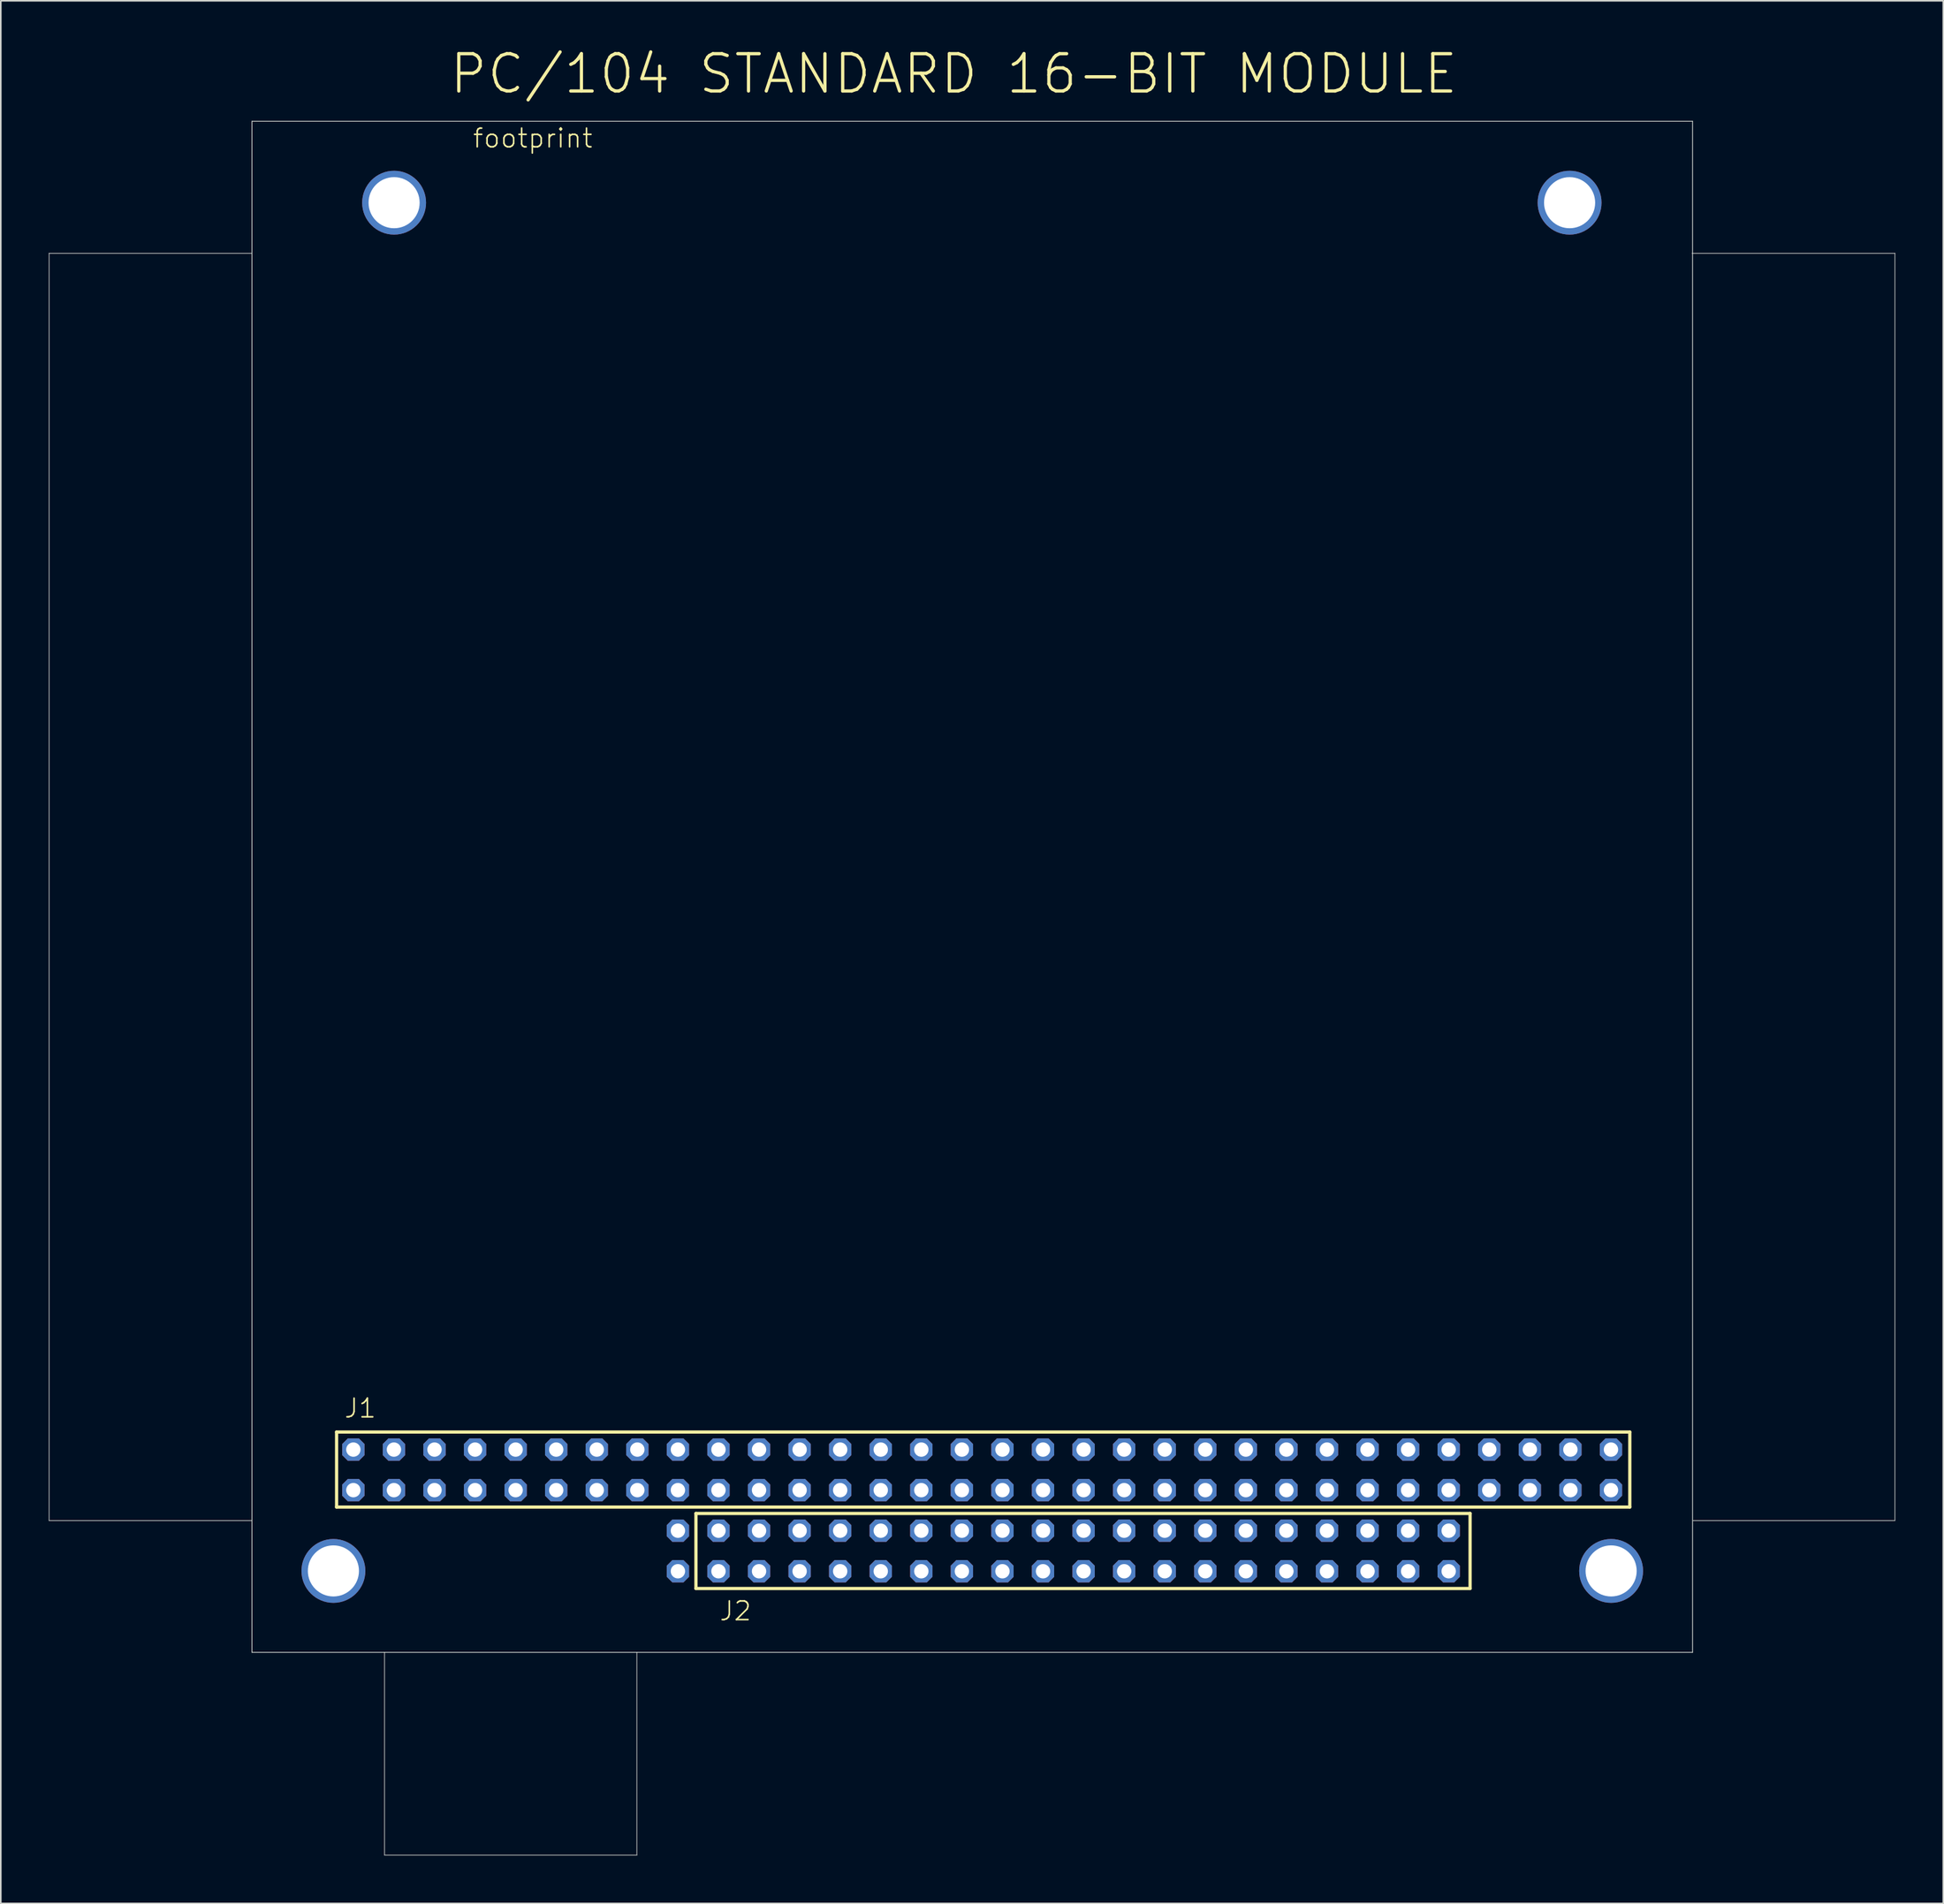
<source format=kicad_pcb>
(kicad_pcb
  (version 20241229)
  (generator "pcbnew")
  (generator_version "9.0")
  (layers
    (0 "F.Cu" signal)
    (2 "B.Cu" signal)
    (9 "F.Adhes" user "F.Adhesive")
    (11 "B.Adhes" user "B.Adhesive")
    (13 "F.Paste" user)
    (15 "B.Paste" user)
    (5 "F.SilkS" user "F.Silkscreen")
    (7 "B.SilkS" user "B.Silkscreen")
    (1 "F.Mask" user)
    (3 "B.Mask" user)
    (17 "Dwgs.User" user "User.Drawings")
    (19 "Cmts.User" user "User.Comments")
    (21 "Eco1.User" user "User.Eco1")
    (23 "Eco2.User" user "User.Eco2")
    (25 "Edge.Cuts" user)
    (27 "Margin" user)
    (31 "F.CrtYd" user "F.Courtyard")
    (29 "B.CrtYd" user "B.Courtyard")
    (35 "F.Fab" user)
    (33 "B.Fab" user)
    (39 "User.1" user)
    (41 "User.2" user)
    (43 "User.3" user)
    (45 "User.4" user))
  (footprint "footprint"
    (layer "F.Cu")
    (at 12.725 100.446)
    (property "Reference" "footprint" (at 13.76 -94.155 0) (layer "F.SilkS") (effects (font (size 1.168 1.168) (thickness 0.102)) (justify left bottom)))
    (fp_line (start 5.3 -13.8) (end 86.27 -13.8) (stroke (width 0.203) (type solid)) (layer "F.SilkS"))
    (fp_line (start 5.3 -9.1) (end 5.3 -13.8) (stroke (width 0.203) (type solid)) (layer "F.SilkS"))
    (fp_line (start 27.8 -8.7) (end 76.27 -8.7) (stroke (width 0.203) (type solid)) (layer "F.SilkS"))
    (fp_line (start 27.8 -4) (end 27.8 -8.7) (stroke (width 0.203) (type solid)) (layer "F.SilkS"))
    (fp_line (start 76.27 -8.7) (end 76.27 -4) (stroke (width 0.203) (type solid)) (layer "F.SilkS"))
    (fp_line (start 76.27 -4) (end 27.8 -4) (stroke (width 0.203) (type solid)) (layer "F.SilkS"))
    (fp_line (start 86.27 -13.8) (end 86.27 -9.1) (stroke (width 0.203) (type solid)) (layer "F.SilkS"))
    (fp_line (start 86.27 -9.1) (end 5.3 -9.1) (stroke (width 0.203) (type solid)) (layer "F.SilkS"))
    (fp_line (start 0 -95.9) (end 0 0) (stroke (width 0.05) (type solid)) (layer "Edge.Cuts"))
    (fp_line (start 0 0) (end 90.2 0) (stroke (width 0.05) (type solid)) (layer "Edge.Cuts"))
    (fp_line (start 90.2 -95.9) (end 0 -95.9) (stroke (width 0.05) (type solid)) (layer "Edge.Cuts"))
    (fp_line (start 90.2 0) (end 90.2 -95.9) (stroke (width 0.05) (type solid)) (layer "Edge.Cuts"))
    (fp_line (start -12.7 -87.63) (end -12.7 -8.255) (stroke (width 0.051) (type solid)) (layer "F.Fab"))
    (fp_line (start -12.7 -8.255) (end 0 -8.255) (stroke (width 0.051) (type solid)) (layer "F.Fab"))
    (fp_line (start 0 -87.63) (end -12.7 -87.63) (stroke (width 0.051) (type solid)) (layer "F.Fab"))
    (fp_line (start 8.3 0) (end 8.3 12.7) (stroke (width 0.051) (type solid)) (layer "F.Fab"))
    (fp_line (start 8.3 12.7) (end 24.1 12.7) (stroke (width 0.051) (type solid)) (layer "F.Fab"))
    (fp_line (start 24.1 12.7) (end 24.1 0) (stroke (width 0.051) (type solid)) (layer "F.Fab"))
    (fp_line (start 90.221 -8.255) (end 102.87 -8.255) (stroke (width 0.051) (type solid)) (layer "F.Fab"))
    (fp_line (start 102.87 -87.63) (end 90.17 -87.63) (stroke (width 0.051) (type solid)) (layer "F.Fab"))
    (fp_line (start 102.87 -8.255) (end 102.87 -87.63) (stroke (width 0.051) (type solid)) (layer "F.Fab"))
    (fp_text user "J2" (at 29.21 -1.905 0) (layer "F.SilkS") (effects (font (size 1.168 1.168) (thickness 0.102)) (justify left bottom)))
    (fp_text user "PC/104 STANDARD 16-BIT MODULE" (at 12.26 -97.5 0) (layer "F.SilkS") (effects (font (size 2.337 2.337) (thickness 0.203)) (justify left bottom)))
    (fp_text user "J1" (at 5.715 -14.605 0) (layer "F.SilkS") (effects (font (size 1.168 1.168) (thickness 0.102)) (justify left bottom)))
    (pad "A1" thru_hole roundrect (at 6.35 -10.16) (size 1.397 1.397) (drill 0.9) (layers "*.Cu" "*.Mask") (roundrect_rratio 0.25) (chamfer_ratio 0.25) (chamfer top_left top_right bottom_left bottom_right))
    (pad "A2" thru_hole roundrect (at 8.89 -10.16) (size 1.397 1.397) (drill 0.9) (layers "*.Cu" "*.Mask") (roundrect_rratio 0.25) (chamfer_ratio 0.25) (chamfer top_left top_right bottom_left bottom_right))
    (pad "A3" thru_hole roundrect (at 11.43 -10.16) (size 1.397 1.397) (drill 0.9) (layers "*.Cu" "*.Mask") (roundrect_rratio 0.25) (chamfer_ratio 0.25) (chamfer top_left top_right bottom_left bottom_right))
    (pad "A4" thru_hole roundrect (at 13.97 -10.16) (size 1.397 1.397) (drill 0.9) (layers "*.Cu" "*.Mask") (roundrect_rratio 0.25) (chamfer_ratio 0.25) (chamfer top_left top_right bottom_left bottom_right))
    (pad "A5" thru_hole roundrect (at 16.51 -10.16) (size 1.397 1.397) (drill 0.9) (layers "*.Cu" "*.Mask") (roundrect_rratio 0.25) (chamfer_ratio 0.25) (chamfer top_left top_right bottom_left bottom_right))
    (pad "A6" thru_hole roundrect (at 19.05 -10.16) (size 1.397 1.397) (drill 0.9) (layers "*.Cu" "*.Mask") (roundrect_rratio 0.25) (chamfer_ratio 0.25) (chamfer top_left top_right bottom_left bottom_right))
    (pad "A7" thru_hole roundrect (at 21.59 -10.16) (size 1.397 1.397) (drill 0.9) (layers "*.Cu" "*.Mask") (roundrect_rratio 0.25) (chamfer_ratio 0.25) (chamfer top_left top_right bottom_left bottom_right))
    (pad "A8" thru_hole roundrect (at 24.13 -10.16) (size 1.397 1.397) (drill 0.9) (layers "*.Cu" "*.Mask") (roundrect_rratio 0.25) (chamfer_ratio 0.25) (chamfer top_left top_right bottom_left bottom_right))
    (pad "A9" thru_hole roundrect (at 26.67 -10.16) (size 1.397 1.397) (drill 0.9) (layers "*.Cu" "*.Mask") (roundrect_rratio 0.25) (chamfer_ratio 0.25) (chamfer top_left top_right bottom_left bottom_right))
    (pad "A10" thru_hole roundrect (at 29.21 -10.16) (size 1.397 1.397) (drill 0.9) (layers "*.Cu" "*.Mask") (roundrect_rratio 0.25) (chamfer_ratio 0.25) (chamfer top_left top_right bottom_left bottom_right))
    (pad "A11" thru_hole roundrect (at 31.75 -10.16) (size 1.397 1.397) (drill 0.9) (layers "*.Cu" "*.Mask") (roundrect_rratio 0.25) (chamfer_ratio 0.25) (chamfer top_left top_right bottom_left bottom_right))
    (pad "A12" thru_hole roundrect (at 34.29 -10.16) (size 1.397 1.397) (drill 0.9) (layers "*.Cu" "*.Mask") (roundrect_rratio 0.25) (chamfer_ratio 0.25) (chamfer top_left top_right bottom_left bottom_right))
    (pad "A13" thru_hole roundrect (at 36.83 -10.16) (size 1.397 1.397) (drill 0.9) (layers "*.Cu" "*.Mask") (roundrect_rratio 0.25) (chamfer_ratio 0.25) (chamfer top_left top_right bottom_left bottom_right))
    (pad "A14" thru_hole roundrect (at 39.37 -10.16) (size 1.397 1.397) (drill 0.9) (layers "*.Cu" "*.Mask") (roundrect_rratio 0.25) (chamfer_ratio 0.25) (chamfer top_left top_right bottom_left bottom_right))
    (pad "A15" thru_hole roundrect (at 41.91 -10.16) (size 1.397 1.397) (drill 0.9) (layers "*.Cu" "*.Mask") (roundrect_rratio 0.25) (chamfer_ratio 0.25) (chamfer top_left top_right bottom_left bottom_right))
    (pad "A16" thru_hole roundrect (at 44.45 -10.16) (size 1.397 1.397) (drill 0.9) (layers "*.Cu" "*.Mask") (roundrect_rratio 0.25) (chamfer_ratio 0.25) (chamfer top_left top_right bottom_left bottom_right))
    (pad "A17" thru_hole roundrect (at 46.99 -10.16) (size 1.397 1.397) (drill 0.9) (layers "*.Cu" "*.Mask") (roundrect_rratio 0.25) (chamfer_ratio 0.25) (chamfer top_left top_right bottom_left bottom_right))
    (pad "A18" thru_hole roundrect (at 49.53 -10.16) (size 1.397 1.397) (drill 0.9) (layers "*.Cu" "*.Mask") (roundrect_rratio 0.25) (chamfer_ratio 0.25) (chamfer top_left top_right bottom_left bottom_right))
    (pad "A19" thru_hole roundrect (at 52.07 -10.16) (size 1.397 1.397) (drill 0.9) (layers "*.Cu" "*.Mask") (roundrect_rratio 0.25) (chamfer_ratio 0.25) (chamfer top_left top_right bottom_left bottom_right))
    (pad "A20" thru_hole roundrect (at 54.61 -10.16) (size 1.397 1.397) (drill 0.9) (layers "*.Cu" "*.Mask") (roundrect_rratio 0.25) (chamfer_ratio 0.25) (chamfer top_left top_right bottom_left bottom_right))
    (pad "A21" thru_hole roundrect (at 57.15 -10.16) (size 1.397 1.397) (drill 0.9) (layers "*.Cu" "*.Mask") (roundrect_rratio 0.25) (chamfer_ratio 0.25) (chamfer top_left top_right bottom_left bottom_right))
    (pad "A22" thru_hole roundrect (at 59.69 -10.16) (size 1.397 1.397) (drill 0.9) (layers "*.Cu" "*.Mask") (roundrect_rratio 0.25) (chamfer_ratio 0.25) (chamfer top_left top_right bottom_left bottom_right))
    (pad "A23" thru_hole roundrect (at 62.23 -10.16) (size 1.397 1.397) (drill 0.9) (layers "*.Cu" "*.Mask") (roundrect_rratio 0.25) (chamfer_ratio 0.25) (chamfer top_left top_right bottom_left bottom_right))
    (pad "A24" thru_hole roundrect (at 64.77 -10.16) (size 1.397 1.397) (drill 0.9) (layers "*.Cu" "*.Mask") (roundrect_rratio 0.25) (chamfer_ratio 0.25) (chamfer top_left top_right bottom_left bottom_right))
    (pad "A25" thru_hole roundrect (at 67.31 -10.16) (size 1.397 1.397) (drill 0.9) (layers "*.Cu" "*.Mask") (roundrect_rratio 0.25) (chamfer_ratio 0.25) (chamfer top_left top_right bottom_left bottom_right))
    (pad "A26" thru_hole roundrect (at 69.85 -10.16) (size 1.397 1.397) (drill 0.9) (layers "*.Cu" "*.Mask") (roundrect_rratio 0.25) (chamfer_ratio 0.25) (chamfer top_left top_right bottom_left bottom_right))
    (pad "A27" thru_hole roundrect (at 72.39 -10.16) (size 1.397 1.397) (drill 0.9) (layers "*.Cu" "*.Mask") (roundrect_rratio 0.25) (chamfer_ratio 0.25) (chamfer top_left top_right bottom_left bottom_right))
    (pad "A28" thru_hole roundrect (at 74.93 -10.16) (size 1.397 1.397) (drill 0.9) (layers "*.Cu" "*.Mask") (roundrect_rratio 0.25) (chamfer_ratio 0.25) (chamfer top_left top_right bottom_left bottom_right))
    (pad "A29" thru_hole roundrect (at 77.47 -10.16) (size 1.397 1.397) (drill 0.9) (layers "*.Cu" "*.Mask") (roundrect_rratio 0.25) (chamfer_ratio 0.25) (chamfer top_left top_right bottom_left bottom_right))
    (pad "A30" thru_hole roundrect (at 80.01 -10.16) (size 1.397 1.397) (drill 0.9) (layers "*.Cu" "*.Mask") (roundrect_rratio 0.25) (chamfer_ratio 0.25) (chamfer top_left top_right bottom_left bottom_right))
    (pad "A31" thru_hole roundrect (at 82.55 -10.16) (size 1.397 1.397) (drill 0.9) (layers "*.Cu" "*.Mask") (roundrect_rratio 0.25) (chamfer_ratio 0.25) (chamfer top_left top_right bottom_left bottom_right))
    (pad "A32" thru_hole roundrect (at 85.09 -10.16) (size 1.397 1.397) (drill 0.9) (layers "*.Cu" "*.Mask") (roundrect_rratio 0.25) (chamfer_ratio 0.25) (chamfer top_left top_right bottom_left bottom_right))
    (pad "B1" thru_hole roundrect (at 6.35 -12.7) (size 1.397 1.397) (drill 0.9) (layers "*.Cu" "*.Mask") (roundrect_rratio 0.25) (chamfer_ratio 0.25) (chamfer top_left top_right bottom_left bottom_right))
    (pad "B2" thru_hole roundrect (at 8.89 -12.7) (size 1.397 1.397) (drill 0.9) (layers "*.Cu" "*.Mask") (roundrect_rratio 0.25) (chamfer_ratio 0.25) (chamfer top_left top_right bottom_left bottom_right))
    (pad "B3" thru_hole roundrect (at 11.43 -12.7) (size 1.397 1.397) (drill 0.9) (layers "*.Cu" "*.Mask") (roundrect_rratio 0.25) (chamfer_ratio 0.25) (chamfer top_left top_right bottom_left bottom_right))
    (pad "B4" thru_hole roundrect (at 13.97 -12.7) (size 1.397 1.397) (drill 0.9) (layers "*.Cu" "*.Mask") (roundrect_rratio 0.25) (chamfer_ratio 0.25) (chamfer top_left top_right bottom_left bottom_right))
    (pad "B5" thru_hole roundrect (at 16.51 -12.7) (size 1.397 1.397) (drill 0.9) (layers "*.Cu" "*.Mask") (roundrect_rratio 0.25) (chamfer_ratio 0.25) (chamfer top_left top_right bottom_left bottom_right))
    (pad "B6" thru_hole roundrect (at 19.05 -12.7) (size 1.397 1.397) (drill 0.9) (layers "*.Cu" "*.Mask") (roundrect_rratio 0.25) (chamfer_ratio 0.25) (chamfer top_left top_right bottom_left bottom_right))
    (pad "B7" thru_hole roundrect (at 21.59 -12.7) (size 1.397 1.397) (drill 0.9) (layers "*.Cu" "*.Mask") (roundrect_rratio 0.25) (chamfer_ratio 0.25) (chamfer top_left top_right bottom_left bottom_right))
    (pad "B8" thru_hole roundrect (at 24.13 -12.7) (size 1.397 1.397) (drill 0.9) (layers "*.Cu" "*.Mask") (roundrect_rratio 0.25) (chamfer_ratio 0.25) (chamfer top_left top_right bottom_left bottom_right))
    (pad "B9" thru_hole roundrect (at 26.67 -12.7) (size 1.397 1.397) (drill 0.9) (layers "*.Cu" "*.Mask") (roundrect_rratio 0.25) (chamfer_ratio 0.25) (chamfer top_left top_right bottom_left bottom_right))
    (pad "B10" thru_hole roundrect (at 29.21 -12.7) (size 1.397 1.397) (drill 0.9) (layers "*.Cu" "*.Mask") (roundrect_rratio 0.25) (chamfer_ratio 0.25) (chamfer top_left top_right bottom_left bottom_right))
    (pad "B11" thru_hole roundrect (at 31.75 -12.7) (size 1.397 1.397) (drill 0.9) (layers "*.Cu" "*.Mask") (roundrect_rratio 0.25) (chamfer_ratio 0.25) (chamfer top_left top_right bottom_left bottom_right))
    (pad "B12" thru_hole roundrect (at 34.29 -12.7) (size 1.397 1.397) (drill 0.9) (layers "*.Cu" "*.Mask") (roundrect_rratio 0.25) (chamfer_ratio 0.25) (chamfer top_left top_right bottom_left bottom_right))
    (pad "B13" thru_hole roundrect (at 36.83 -12.7) (size 1.397 1.397) (drill 0.9) (layers "*.Cu" "*.Mask") (roundrect_rratio 0.25) (chamfer_ratio 0.25) (chamfer top_left top_right bottom_left bottom_right))
    (pad "B14" thru_hole roundrect (at 39.37 -12.7) (size 1.397 1.397) (drill 0.9) (layers "*.Cu" "*.Mask") (roundrect_rratio 0.25) (chamfer_ratio 0.25) (chamfer top_left top_right bottom_left bottom_right))
    (pad "B15" thru_hole roundrect (at 41.91 -12.7) (size 1.397 1.397) (drill 0.9) (layers "*.Cu" "*.Mask") (roundrect_rratio 0.25) (chamfer_ratio 0.25) (chamfer top_left top_right bottom_left bottom_right))
    (pad "B16" thru_hole roundrect (at 44.45 -12.7) (size 1.397 1.397) (drill 0.9) (layers "*.Cu" "*.Mask") (roundrect_rratio 0.25) (chamfer_ratio 0.25) (chamfer top_left top_right bottom_left bottom_right))
    (pad "B17" thru_hole roundrect (at 46.99 -12.7) (size 1.397 1.397) (drill 0.9) (layers "*.Cu" "*.Mask") (roundrect_rratio 0.25) (chamfer_ratio 0.25) (chamfer top_left top_right bottom_left bottom_right))
    (pad "B18" thru_hole roundrect (at 49.53 -12.7) (size 1.397 1.397) (drill 0.9) (layers "*.Cu" "*.Mask") (roundrect_rratio 0.25) (chamfer_ratio 0.25) (chamfer top_left top_right bottom_left bottom_right))
    (pad "B19" thru_hole roundrect (at 52.07 -12.7) (size 1.397 1.397) (drill 0.9) (layers "*.Cu" "*.Mask") (roundrect_rratio 0.25) (chamfer_ratio 0.25) (chamfer top_left top_right bottom_left bottom_right))
    (pad "B20" thru_hole roundrect (at 54.61 -12.7) (size 1.397 1.397) (drill 0.9) (layers "*.Cu" "*.Mask") (roundrect_rratio 0.25) (chamfer_ratio 0.25) (chamfer top_left top_right bottom_left bottom_right))
    (pad "B21" thru_hole roundrect (at 57.15 -12.7) (size 1.397 1.397) (drill 0.9) (layers "*.Cu" "*.Mask") (roundrect_rratio 0.25) (chamfer_ratio 0.25) (chamfer top_left top_right bottom_left bottom_right))
    (pad "B22" thru_hole roundrect (at 59.69 -12.7) (size 1.397 1.397) (drill 0.9) (layers "*.Cu" "*.Mask") (roundrect_rratio 0.25) (chamfer_ratio 0.25) (chamfer top_left top_right bottom_left bottom_right))
    (pad "B23" thru_hole roundrect (at 62.23 -12.7) (size 1.397 1.397) (drill 0.9) (layers "*.Cu" "*.Mask") (roundrect_rratio 0.25) (chamfer_ratio 0.25) (chamfer top_left top_right bottom_left bottom_right))
    (pad "B24" thru_hole roundrect (at 64.77 -12.7) (size 1.397 1.397) (drill 0.9) (layers "*.Cu" "*.Mask") (roundrect_rratio 0.25) (chamfer_ratio 0.25) (chamfer top_left top_right bottom_left bottom_right))
    (pad "B25" thru_hole roundrect (at 67.31 -12.7) (size 1.397 1.397) (drill 0.9) (layers "*.Cu" "*.Mask") (roundrect_rratio 0.25) (chamfer_ratio 0.25) (chamfer top_left top_right bottom_left bottom_right))
    (pad "B26" thru_hole roundrect (at 69.85 -12.7) (size 1.397 1.397) (drill 0.9) (layers "*.Cu" "*.Mask") (roundrect_rratio 0.25) (chamfer_ratio 0.25) (chamfer top_left top_right bottom_left bottom_right))
    (pad "B27" thru_hole roundrect (at 72.39 -12.7) (size 1.397 1.397) (drill 0.9) (layers "*.Cu" "*.Mask") (roundrect_rratio 0.25) (chamfer_ratio 0.25) (chamfer top_left top_right bottom_left bottom_right))
    (pad "B28" thru_hole roundrect (at 74.93 -12.7) (size 1.397 1.397) (drill 0.9) (layers "*.Cu" "*.Mask") (roundrect_rratio 0.25) (chamfer_ratio 0.25) (chamfer top_left top_right bottom_left bottom_right))
    (pad "B29" thru_hole roundrect (at 77.47 -12.7) (size 1.397 1.397) (drill 0.9) (layers "*.Cu" "*.Mask") (roundrect_rratio 0.25) (chamfer_ratio 0.25) (chamfer top_left top_right bottom_left bottom_right))
    (pad "B30" thru_hole roundrect (at 80.01 -12.7) (size 1.397 1.397) (drill 0.9) (layers "*.Cu" "*.Mask") (roundrect_rratio 0.25) (chamfer_ratio 0.25) (chamfer top_left top_right bottom_left bottom_right))
    (pad "B31" thru_hole roundrect (at 82.55 -12.7) (size 1.397 1.397) (drill 0.9) (layers "*.Cu" "*.Mask") (roundrect_rratio 0.25) (chamfer_ratio 0.25) (chamfer top_left top_right bottom_left bottom_right))
    (pad "B32" thru_hole roundrect (at 85.09 -12.7) (size 1.397 1.397) (drill 0.9) (layers "*.Cu" "*.Mask") (roundrect_rratio 0.25) (chamfer_ratio 0.25) (chamfer top_left top_right bottom_left bottom_right))
    (pad "C0" thru_hole roundrect (at 26.67 -7.62) (size 1.397 1.397) (drill 0.9) (layers "*.Cu" "*.Mask") (roundrect_rratio 0.25) (chamfer_ratio 0.25) (chamfer top_left top_right bottom_left bottom_right))
    (pad "C1" thru_hole roundrect (at 29.21 -7.62) (size 1.397 1.397) (drill 0.9) (layers "*.Cu" "*.Mask") (roundrect_rratio 0.25) (chamfer_ratio 0.25) (chamfer top_left top_right bottom_left bottom_right))
    (pad "C2" thru_hole roundrect (at 31.75 -7.62) (size 1.397 1.397) (drill 0.9) (layers "*.Cu" "*.Mask") (roundrect_rratio 0.25) (chamfer_ratio 0.25) (chamfer top_left top_right bottom_left bottom_right))
    (pad "C3" thru_hole roundrect (at 34.29 -7.62) (size 1.397 1.397) (drill 0.9) (layers "*.Cu" "*.Mask") (roundrect_rratio 0.25) (chamfer_ratio 0.25) (chamfer top_left top_right bottom_left bottom_right))
    (pad "C4" thru_hole roundrect (at 36.83 -7.62) (size 1.397 1.397) (drill 0.9) (layers "*.Cu" "*.Mask") (roundrect_rratio 0.25) (chamfer_ratio 0.25) (chamfer top_left top_right bottom_left bottom_right))
    (pad "C5" thru_hole roundrect (at 39.37 -7.62) (size 1.397 1.397) (drill 0.9) (layers "*.Cu" "*.Mask") (roundrect_rratio 0.25) (chamfer_ratio 0.25) (chamfer top_left top_right bottom_left bottom_right))
    (pad "C6" thru_hole roundrect (at 41.91 -7.62) (size 1.397 1.397) (drill 0.9) (layers "*.Cu" "*.Mask") (roundrect_rratio 0.25) (chamfer_ratio 0.25) (chamfer top_left top_right bottom_left bottom_right))
    (pad "C7" thru_hole roundrect (at 44.45 -7.62) (size 1.397 1.397) (drill 0.9) (layers "*.Cu" "*.Mask") (roundrect_rratio 0.25) (chamfer_ratio 0.25) (chamfer top_left top_right bottom_left bottom_right))
    (pad "C8" thru_hole roundrect (at 46.99 -7.62) (size 1.397 1.397) (drill 0.9) (layers "*.Cu" "*.Mask") (roundrect_rratio 0.25) (chamfer_ratio 0.25) (chamfer top_left top_right bottom_left bottom_right))
    (pad "C9" thru_hole roundrect (at 49.53 -7.62) (size 1.397 1.397) (drill 0.9) (layers "*.Cu" "*.Mask") (roundrect_rratio 0.25) (chamfer_ratio 0.25) (chamfer top_left top_right bottom_left bottom_right))
    (pad "C10" thru_hole roundrect (at 52.07 -7.62) (size 1.397 1.397) (drill 0.9) (layers "*.Cu" "*.Mask") (roundrect_rratio 0.25) (chamfer_ratio 0.25) (chamfer top_left top_right bottom_left bottom_right))
    (pad "C11" thru_hole roundrect (at 54.61 -7.62) (size 1.397 1.397) (drill 0.9) (layers "*.Cu" "*.Mask") (roundrect_rratio 0.25) (chamfer_ratio 0.25) (chamfer top_left top_right bottom_left bottom_right))
    (pad "C12" thru_hole roundrect (at 57.15 -7.62) (size 1.397 1.397) (drill 0.9) (layers "*.Cu" "*.Mask") (roundrect_rratio 0.25) (chamfer_ratio 0.25) (chamfer top_left top_right bottom_left bottom_right))
    (pad "C13" thru_hole roundrect (at 59.69 -7.62) (size 1.397 1.397) (drill 0.9) (layers "*.Cu" "*.Mask") (roundrect_rratio 0.25) (chamfer_ratio 0.25) (chamfer top_left top_right bottom_left bottom_right))
    (pad "C14" thru_hole roundrect (at 62.23 -7.62) (size 1.397 1.397) (drill 0.9) (layers "*.Cu" "*.Mask") (roundrect_rratio 0.25) (chamfer_ratio 0.25) (chamfer top_left top_right bottom_left bottom_right))
    (pad "C15" thru_hole roundrect (at 64.77 -7.62) (size 1.397 1.397) (drill 0.9) (layers "*.Cu" "*.Mask") (roundrect_rratio 0.25) (chamfer_ratio 0.25) (chamfer top_left top_right bottom_left bottom_right))
    (pad "C16" thru_hole roundrect (at 67.31 -7.62) (size 1.397 1.397) (drill 0.9) (layers "*.Cu" "*.Mask") (roundrect_rratio 0.25) (chamfer_ratio 0.25) (chamfer top_left top_right bottom_left bottom_right))
    (pad "C17" thru_hole roundrect (at 69.85 -7.62) (size 1.397 1.397) (drill 0.9) (layers "*.Cu" "*.Mask") (roundrect_rratio 0.25) (chamfer_ratio 0.25) (chamfer top_left top_right bottom_left bottom_right))
    (pad "C18" thru_hole roundrect (at 72.39 -7.62) (size 1.397 1.397) (drill 0.9) (layers "*.Cu" "*.Mask") (roundrect_rratio 0.25) (chamfer_ratio 0.25) (chamfer top_left top_right bottom_left bottom_right))
    (pad "C19" thru_hole roundrect (at 74.93 -7.62) (size 1.397 1.397) (drill 0.9) (layers "*.Cu" "*.Mask") (roundrect_rratio 0.25) (chamfer_ratio 0.25) (chamfer top_left top_right bottom_left bottom_right))
    (pad "D0" thru_hole roundrect (at 26.67 -5.08) (size 1.397 1.397) (drill 0.9) (layers "*.Cu" "*.Mask") (roundrect_rratio 0.25) (chamfer_ratio 0.25) (chamfer top_left top_right bottom_left bottom_right))
    (pad "D1" thru_hole roundrect (at 29.21 -5.08) (size 1.397 1.397) (drill 0.9) (layers "*.Cu" "*.Mask") (roundrect_rratio 0.25) (chamfer_ratio 0.25) (chamfer top_left top_right bottom_left bottom_right))
    (pad "D2" thru_hole roundrect (at 31.75 -5.08) (size 1.397 1.397) (drill 0.9) (layers "*.Cu" "*.Mask") (roundrect_rratio 0.25) (chamfer_ratio 0.25) (chamfer top_left top_right bottom_left bottom_right))
    (pad "D3" thru_hole roundrect (at 34.29 -5.08) (size 1.397 1.397) (drill 0.9) (layers "*.Cu" "*.Mask") (roundrect_rratio 0.25) (chamfer_ratio 0.25) (chamfer top_left top_right bottom_left bottom_right))
    (pad "D4" thru_hole roundrect (at 36.83 -5.08) (size 1.397 1.397) (drill 0.9) (layers "*.Cu" "*.Mask") (roundrect_rratio 0.25) (chamfer_ratio 0.25) (chamfer top_left top_right bottom_left bottom_right))
    (pad "D5" thru_hole roundrect (at 39.37 -5.08) (size 1.397 1.397) (drill 0.9) (layers "*.Cu" "*.Mask") (roundrect_rratio 0.25) (chamfer_ratio 0.25) (chamfer top_left top_right bottom_left bottom_right))
    (pad "D6" thru_hole roundrect (at 41.91 -5.08) (size 1.397 1.397) (drill 0.9) (layers "*.Cu" "*.Mask") (roundrect_rratio 0.25) (chamfer_ratio 0.25) (chamfer top_left top_right bottom_left bottom_right))
    (pad "D7" thru_hole roundrect (at 44.45 -5.08) (size 1.397 1.397) (drill 0.9) (layers "*.Cu" "*.Mask") (roundrect_rratio 0.25) (chamfer_ratio 0.25) (chamfer top_left top_right bottom_left bottom_right))
    (pad "D8" thru_hole roundrect (at 46.99 -5.08) (size 1.397 1.397) (drill 0.9) (layers "*.Cu" "*.Mask") (roundrect_rratio 0.25) (chamfer_ratio 0.25) (chamfer top_left top_right bottom_left bottom_right))
    (pad "D9" thru_hole roundrect (at 49.53 -5.08) (size 1.397 1.397) (drill 0.9) (layers "*.Cu" "*.Mask") (roundrect_rratio 0.25) (chamfer_ratio 0.25) (chamfer top_left top_right bottom_left bottom_right))
    (pad "D10" thru_hole roundrect (at 52.07 -5.08) (size 1.397 1.397) (drill 0.9) (layers "*.Cu" "*.Mask") (roundrect_rratio 0.25) (chamfer_ratio 0.25) (chamfer top_left top_right bottom_left bottom_right))
    (pad "D11" thru_hole roundrect (at 54.61 -5.08) (size 1.397 1.397) (drill 0.9) (layers "*.Cu" "*.Mask") (roundrect_rratio 0.25) (chamfer_ratio 0.25) (chamfer top_left top_right bottom_left bottom_right))
    (pad "D12" thru_hole roundrect (at 57.15 -5.08) (size 1.397 1.397) (drill 0.9) (layers "*.Cu" "*.Mask") (roundrect_rratio 0.25) (chamfer_ratio 0.25) (chamfer top_left top_right bottom_left bottom_right))
    (pad "D13" thru_hole roundrect (at 59.69 -5.08) (size 1.397 1.397) (drill 0.9) (layers "*.Cu" "*.Mask") (roundrect_rratio 0.25) (chamfer_ratio 0.25) (chamfer top_left top_right bottom_left bottom_right))
    (pad "D14" thru_hole roundrect (at 62.23 -5.08) (size 1.397 1.397) (drill 0.9) (layers "*.Cu" "*.Mask") (roundrect_rratio 0.25) (chamfer_ratio 0.25) (chamfer top_left top_right bottom_left bottom_right))
    (pad "D15" thru_hole roundrect (at 64.77 -5.08) (size 1.397 1.397) (drill 0.9) (layers "*.Cu" "*.Mask") (roundrect_rratio 0.25) (chamfer_ratio 0.25) (chamfer top_left top_right bottom_left bottom_right))
    (pad "D16" thru_hole roundrect (at 67.31 -5.08) (size 1.397 1.397) (drill 0.9) (layers "*.Cu" "*.Mask") (roundrect_rratio 0.25) (chamfer_ratio 0.25) (chamfer top_left top_right bottom_left bottom_right))
    (pad "D17" thru_hole roundrect (at 69.85 -5.08) (size 1.397 1.397) (drill 0.9) (layers "*.Cu" "*.Mask") (roundrect_rratio 0.25) (chamfer_ratio 0.25) (chamfer top_left top_right bottom_left bottom_right))
    (pad "D18" thru_hole roundrect (at 72.39 -5.08) (size 1.397 1.397) (drill 0.9) (layers "*.Cu" "*.Mask") (roundrect_rratio 0.25) (chamfer_ratio 0.25) (chamfer top_left top_right bottom_left bottom_right))
    (pad "D19" thru_hole roundrect (at 74.93 -5.08) (size 1.397 1.397) (drill 0.9) (layers "*.Cu" "*.Mask") (roundrect_rratio 0.25) (chamfer_ratio 0.25) (chamfer top_left top_right bottom_left bottom_right))
    (pad "GND@1" thru_hole circle (at 8.9 -90.8) (size 4 4) (drill 3.2) (layers "*.Cu" "*.Mask"))
    (pad "GND@2" thru_hole circle (at 82.5 -90.8) (size 4 4) (drill 3.2) (layers "*.Cu" "*.Mask"))
    (pad "GND@3" thru_hole circle (at 5.1 -5.1) (size 4 4) (drill 3.2) (layers "*.Cu" "*.Mask"))
    (pad "GND@4" thru_hole circle (at 85.1 -5.1) (size 4 4) (drill 3.2) (layers "*.Cu" "*.Mask")))
  (gr_rect
    (start -3 -3)
    (end 118.621 116.172)
    (stroke (width 0.1) (type default))
    (fill no)
    (layer "Edge.Cuts")))
</source>
